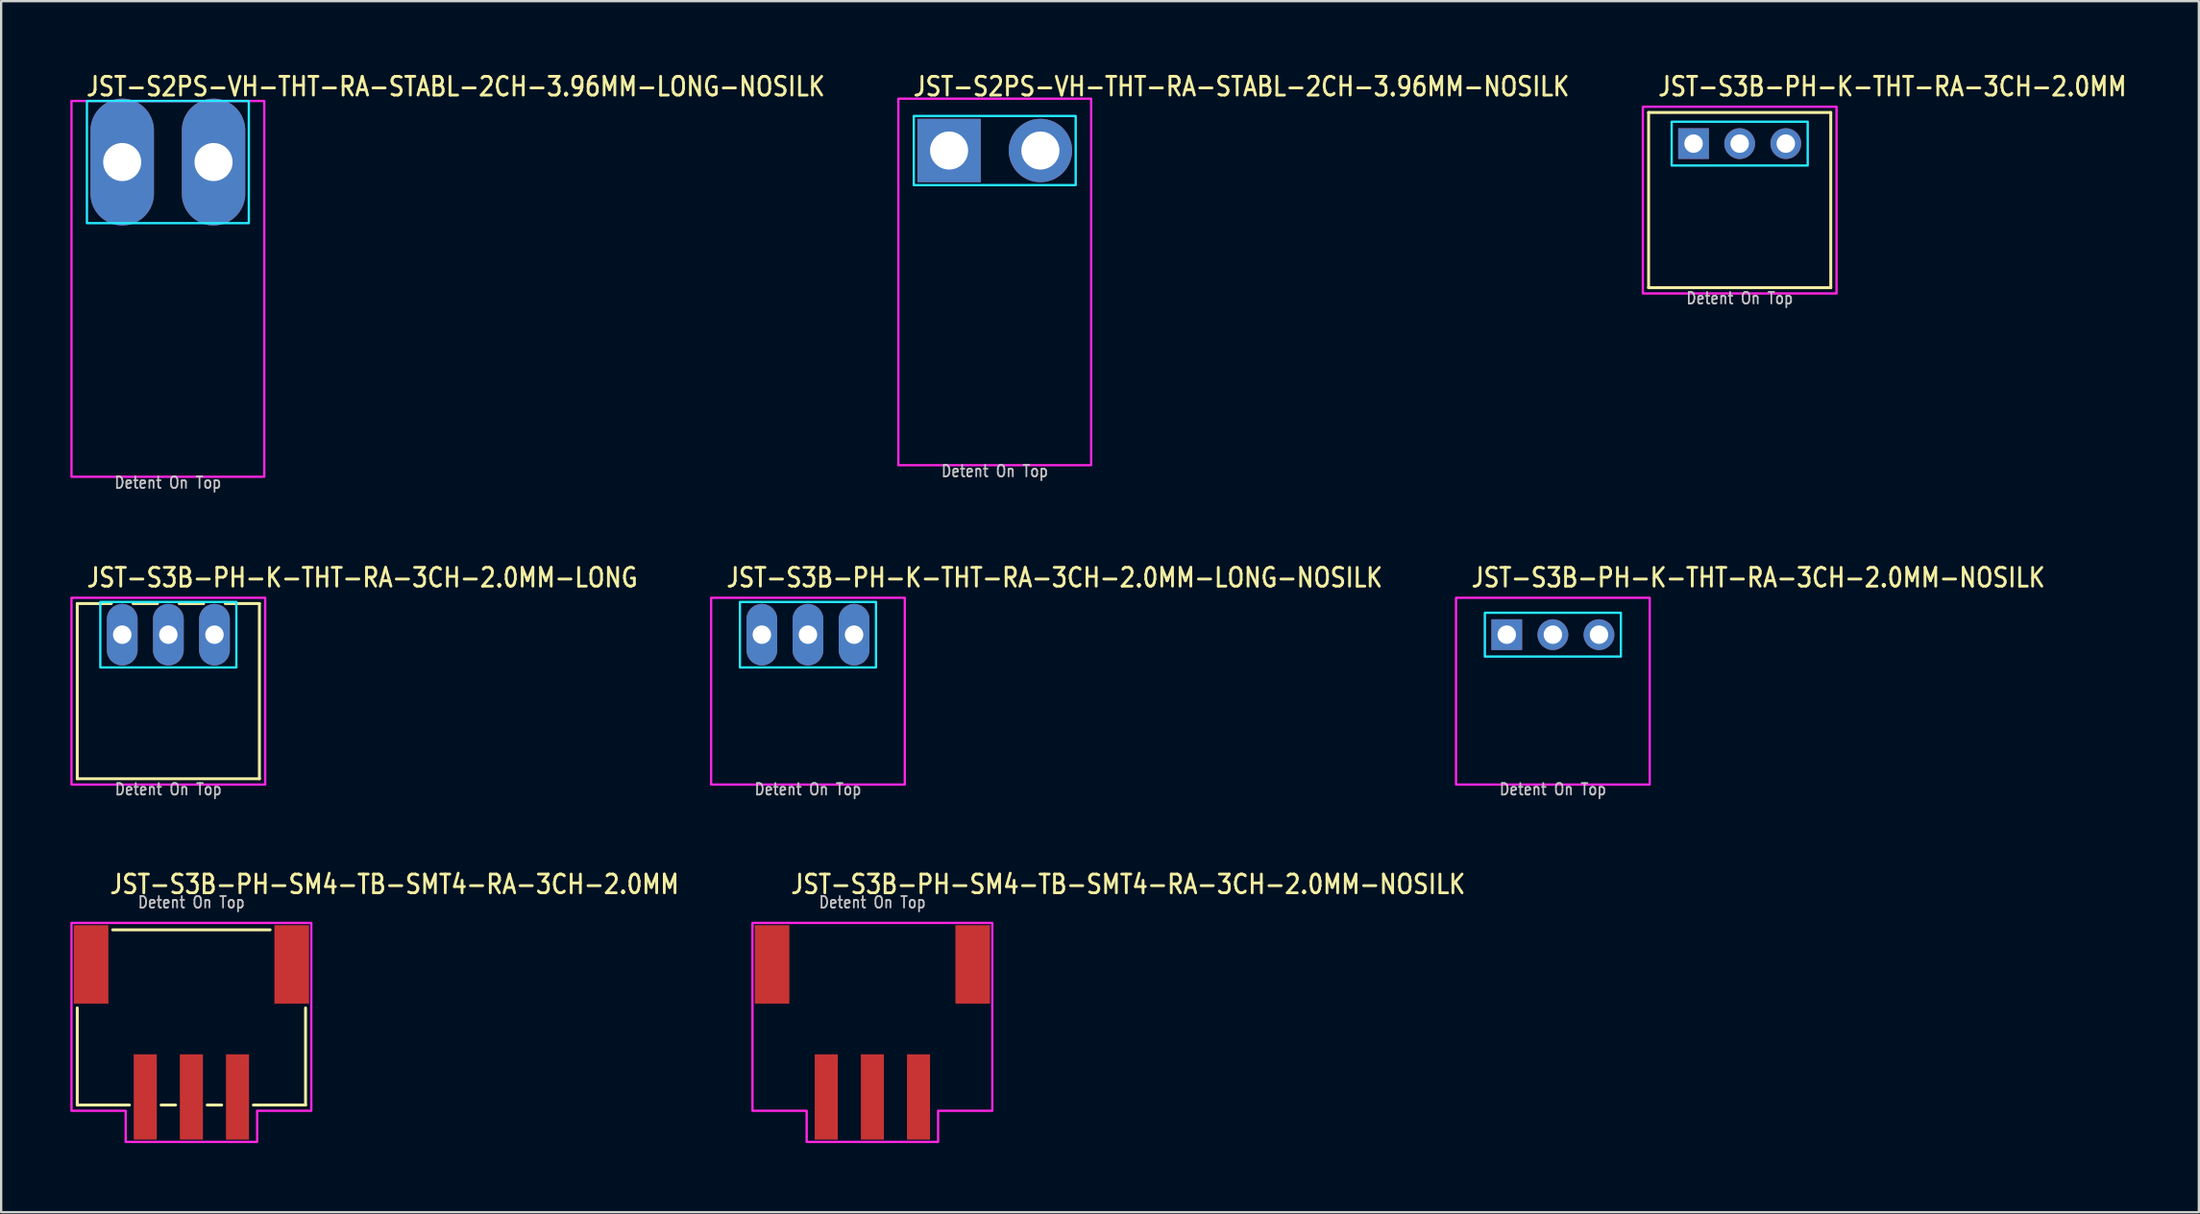
<source format=kicad_pcb>
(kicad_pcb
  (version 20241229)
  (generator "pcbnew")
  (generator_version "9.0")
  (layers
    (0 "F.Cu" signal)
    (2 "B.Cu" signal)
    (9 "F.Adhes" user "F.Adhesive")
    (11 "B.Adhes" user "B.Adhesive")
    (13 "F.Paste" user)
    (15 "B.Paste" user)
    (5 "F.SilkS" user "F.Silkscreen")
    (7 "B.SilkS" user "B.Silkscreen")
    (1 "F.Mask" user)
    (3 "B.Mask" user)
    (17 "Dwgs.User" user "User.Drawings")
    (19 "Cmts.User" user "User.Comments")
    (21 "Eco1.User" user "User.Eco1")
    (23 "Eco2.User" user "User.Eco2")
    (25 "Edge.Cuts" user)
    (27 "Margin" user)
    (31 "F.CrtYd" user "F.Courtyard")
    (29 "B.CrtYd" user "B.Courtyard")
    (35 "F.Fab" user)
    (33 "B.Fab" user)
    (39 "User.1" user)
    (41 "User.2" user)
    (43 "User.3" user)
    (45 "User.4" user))
  (footprint "JST-S3B-PH-K-THT-RA-3CH-2.0MM-NOSILK"
    (layer "F.Cu")
    (at 64.29 24.48)
    (property "Reference" "JST-S3B-PH-K-THT-RA-3CH-2.0MM-NOSILK" (at -3.6 -2 0) (unlocked yes) (layer "F.SilkS") (effects (font (size 0.813 0.695) (thickness 0.122)) (justify left bottom)))
    (fp_poly (pts (xy -2.95 -0.95) (xy -2.95 0.95) (xy 2.95 0.95) (xy 2.95 -0.95)) (stroke (width 0.1) (type solid)) (fill no) (layer "B.CrtYd"))
    (fp_poly (pts (xy -4.2 -1.6) (xy -4.2 6.5) (xy 4.2 6.5) (xy 4.2 -1.6)) (stroke (width 0.1) (type solid)) (fill no) (layer "F.CrtYd"))
    (fp_text user "Detent On Top" (at 0 7 0) (unlocked yes) (layer "Dwgs.User") (effects (font (size 0.5 0.427) (thickness 0.075)) (justify bottom)))
    (pad "1" thru_hole rect (at -2 0) (size 1.333 1.333) (drill 0.8) (layers "*.Cu" "*.Mask"))
    (pad "2" thru_hole oval (at 0 0) (size 1.333 1.333) (drill 0.8) (layers "*.Cu" "*.Mask"))
    (pad "3" thru_hole oval (at 2 0) (size 1.333 1.333) (drill 0.8) (layers "*.Cu" "*.Mask")))
  (footprint "JST-S2PS-VH-THT-RA-STABL-2CH-3.96MM-NOSILK"
    (layer "F.Cu")
    (at 40.087 3.479)
    (property "Reference" "JST-S2PS-VH-THT-RA-STABL-2CH-3.96MM-NOSILK" (at -3.6 -2.3 0) (unlocked yes) (layer "F.SilkS") (effects (font (size 0.813 0.695) (thickness 0.122)) (justify left bottom)))
    (fp_poly (pts (xy -3.51 -1.5) (xy -3.51 1.5) (xy 3.51 1.5) (xy 3.51 -1.5)) (stroke (width 0.1) (type solid)) (fill no) (layer "B.CrtYd"))
    (fp_poly (pts (xy -4.18 13.65) (xy 4.18 13.65) (xy 4.18 -2.25) (xy -4.18 -2.25)) (stroke (width 0.1) (type solid)) (fill no) (layer "F.CrtYd"))
    (fp_text user "Detent On Top" (at 0 14.2 0) (unlocked yes) (layer "Dwgs.User") (effects (font (size 0.5 0.427) (thickness 0.075)) (justify bottom)))
    (pad "1" thru_hole rect (at -1.98 0) (size 2.75 2.75) (drill 1.65) (layers "*.Cu" "*.Mask"))
    (pad "2" thru_hole oval (at 1.98 0) (size 2.75 2.75) (drill 1.65) (layers "*.Cu" "*.Mask")))
  (footprint "JST-S3B-PH-K-THT-RA-3CH-2.0MM"
    (layer "F.Cu")
    (at 72.391 3.179)
    (property "Reference" "JST-S3B-PH-K-THT-RA-3CH-2.0MM" (at -3.6 -2 0) (unlocked yes) (layer "F.SilkS") (effects (font (size 0.813 0.695) (thickness 0.122)) (justify left bottom)))
    (fp_line (start -3.95 -1.35) (end 3.95 -1.35) (stroke (width 0.127) (type solid)) (layer "F.SilkS"))
    (fp_line (start -3.95 6.25) (end -3.95 -1.35) (stroke (width 0.127) (type solid)) (layer "F.SilkS"))
    (fp_line (start -3.95 6.25) (end 3.95 6.25) (stroke (width 0.127) (type solid)) (layer "F.SilkS"))
    (fp_line (start 3.95 -1.35) (end 3.95 6.25) (stroke (width 0.127) (type solid)) (layer "F.SilkS"))
    (fp_poly (pts (xy -2.95 -0.95) (xy -2.95 0.95) (xy 2.95 0.95) (xy 2.95 -0.95)) (stroke (width 0.1) (type solid)) (fill no) (layer "B.CrtYd"))
    (fp_poly (pts (xy -4.2 -1.6) (xy -4.2 6.5) (xy 4.2 6.5) (xy 4.2 -1.6)) (stroke (width 0.1) (type solid)) (fill no) (layer "F.CrtYd"))
    (fp_text user "Detent On Top" (at 0 7 0) (unlocked yes) (layer "Dwgs.User") (effects (font (size 0.5 0.427) (thickness 0.075)) (justify bottom)))
    (pad "1" thru_hole rect (at -2 0) (size 1.333 1.333) (drill 0.8) (layers "*.Cu" "*.Mask"))
    (pad "2" thru_hole oval (at 0 0) (size 1.333 1.333) (drill 0.8) (layers "*.Cu" "*.Mask"))
    (pad "3" thru_hole oval (at 2 0) (size 1.333 1.333) (drill 0.8) (layers "*.Cu" "*.Mask")))
  (footprint "JST-S3B-PH-SM4-TB-SMT4-RA-3CH-2.0MM-NOSILK"
    (layer "F.Cu")
    (at 34.781 38.782)
    (property "Reference" "JST-S3B-PH-SM4-TB-SMT4-RA-3CH-2.0MM-NOSILK" (at -3.6 -3 0) (unlocked yes) (layer "F.SilkS") (effects (font (size 0.813 0.695) (thickness 0.122)) (justify left bottom)))
    (fp_poly (pts (xy -5.2 -1.8) (xy -5.2 6.35) (xy -2.85 6.35) (xy -2.85 7.7) (xy 2.85 7.7) (xy 2.85 6.35) (xy 5.2 6.35) (xy 5.2 -1.8)) (stroke (width 0.1) (type solid)) (fill no) (layer "F.CrtYd"))
    (fp_text user "Detent On Top" (at 0 -2.4 0) (unlocked yes) (layer "Dwgs.User") (effects (font (size 0.5 0.427) (thickness 0.075)) (justify bottom)))
    (pad "1" smd rect (at 2 5.75) (size 1 3.7) (layers "F.Cu" "F.Mask" "F.Paste"))
    (pad "2" smd rect (at 0 5.75) (size 1 3.7) (layers "F.Cu" "F.Mask" "F.Paste"))
    (pad "3" smd rect (at -2 5.75) (size 1 3.7) (layers "F.Cu" "F.Mask" "F.Paste"))
    (pad "S_1" smd rect (at -4.35 0) (size 1.5 3.4) (layers "F.Cu" "F.Mask" "F.Paste"))
    (pad "S_2" smd rect (at 4.35 0) (size 1.5 3.4) (layers "F.Cu" "F.Mask" "F.Paste")))
  (footprint "JST-S3B-PH-SM4-TB-SMT4-RA-3CH-2.0MM"
    (layer "F.Cu")
    (at 5.25 38.782)
    (property "Reference" "JST-S3B-PH-SM4-TB-SMT4-RA-3CH-2.0MM" (at -3.6 -3 0) (unlocked yes) (layer "F.SilkS") (effects (font (size 0.813 0.695) (thickness 0.122)) (justify left bottom)))
    (fp_line (start -4.95 6.1) (end -4.95 1.887) (stroke (width 0.127) (type solid)) (layer "F.SilkS"))
    (fp_line (start -4.95 6.1) (end -2.687 6.1) (stroke (width 0.127) (type solid)) (layer "F.SilkS"))
    (fp_line (start -3.413 -1.5) (end 3.413 -1.5) (stroke (width 0.127) (type solid)) (layer "F.SilkS"))
    (fp_line (start -1.313 6.1) (end -0.686 6.1) (stroke (width 0.127) (type solid)) (layer "F.SilkS"))
    (fp_line (start 0.686 6.1) (end 1.313 6.1) (stroke (width 0.127) (type solid)) (layer "F.SilkS"))
    (fp_line (start 2.687 6.1) (end 4.95 6.1) (stroke (width 0.127) (type solid)) (layer "F.SilkS"))
    (fp_line (start 4.95 1.887) (end 4.95 6.1) (stroke (width 0.127) (type solid)) (layer "F.SilkS"))
    (fp_poly (pts (xy -5.2 -1.8) (xy -5.2 6.35) (xy -2.85 6.35) (xy -2.85 7.7) (xy 2.85 7.7) (xy 2.85 6.35) (xy 5.2 6.35) (xy 5.2 -1.8)) (stroke (width 0.1) (type solid)) (fill no) (layer "F.CrtYd"))
    (fp_text user "Detent On Top" (at 0 -2.4 0) (unlocked yes) (layer "Dwgs.User") (effects (font (size 0.5 0.427) (thickness 0.075)) (justify bottom)))
    (pad "P$1" smd rect (at 2 5.75) (size 1 3.7) (layers "F.Cu" "F.Mask" "F.Paste"))
    (pad "P$2" smd rect (at 0 5.75) (size 1 3.7) (layers "F.Cu" "F.Mask" "F.Paste"))
    (pad "P$3" smd rect (at -2 5.75) (size 1 3.7) (layers "F.Cu" "F.Mask" "F.Paste"))
    (pad "S$1" smd rect (at -4.35 0) (size 1.5 3.4) (layers "F.Cu" "F.Mask" "F.Paste"))
    (pad "S$2" smd rect (at 4.35 0) (size 1.5 3.4) (layers "F.Cu" "F.Mask" "F.Paste")))
  (footprint "JST-S3B-PH-K-THT-RA-3CH-2.0MM-LONG-NOSILK"
    (layer "F.Cu")
    (at 31.987 24.48)
    (property "Reference" "JST-S3B-PH-K-THT-RA-3CH-2.0MM-LONG-NOSILK" (at -3.6 -2 0) (unlocked yes) (layer "F.SilkS") (effects (font (size 0.813 0.695) (thickness 0.122)) (justify left bottom)))
    (fp_poly (pts (xy -2.95 -1.42) (xy -2.95 1.42) (xy 2.95 1.42) (xy 2.95 -1.42)) (stroke (width 0.1) (type solid)) (fill no) (layer "B.CrtYd"))
    (fp_poly (pts (xy -4.2 -1.6) (xy -4.2 6.5) (xy 4.2 6.5) (xy 4.2 -1.6)) (stroke (width 0.1) (type solid)) (fill no) (layer "F.CrtYd"))
    (fp_text user "Detent On Top" (at 0 7 0) (unlocked yes) (layer "Dwgs.User") (effects (font (size 0.5 0.427) (thickness 0.075)) (justify bottom)))
    (pad "1" thru_hole oval (at -2 0 90) (size 2.667 1.333) (drill 0.8) (layers "*.Cu" "*.Mask"))
    (pad "2" thru_hole oval (at 0 0 90) (size 2.667 1.333) (drill 0.8) (layers "*.Cu" "*.Mask"))
    (pad "3" thru_hole oval (at 2 0 90) (size 2.667 1.333) (drill 0.8) (layers "*.Cu" "*.Mask")))
  (footprint "JST-S3B-PH-K-THT-RA-3CH-2.0MM-LONG"
    (layer "F.Cu")
    (at 4.25 24.48)
    (property "Reference" "JST-S3B-PH-K-THT-RA-3CH-2.0MM-LONG" (at -3.6 -2 0) (unlocked yes) (layer "F.SilkS") (effects (font (size 0.813 0.695) (thickness 0.122)) (justify left bottom)))
    (fp_line (start -3.95 -1.35) (end -2.471 -1.35) (stroke (width 0.127) (type solid)) (layer "F.SilkS"))
    (fp_line (start -3.95 6.25) (end -3.95 -1.35) (stroke (width 0.127) (type solid)) (layer "F.SilkS"))
    (fp_line (start -3.95 6.25) (end 3.95 6.25) (stroke (width 0.127) (type solid)) (layer "F.SilkS"))
    (fp_line (start -1.529 -1.35) (end -0.471 -1.35) (stroke (width 0.127) (type solid)) (layer "F.SilkS"))
    (fp_line (start 0.471 -1.35) (end 1.529 -1.35) (stroke (width 0.127) (type solid)) (layer "F.SilkS"))
    (fp_line (start 2.471 -1.35) (end 3.95 -1.35) (stroke (width 0.127) (type solid)) (layer "F.SilkS"))
    (fp_line (start 3.95 -1.35) (end 3.95 6.25) (stroke (width 0.127) (type solid)) (layer "F.SilkS"))
    (fp_poly (pts (xy -2.95 -1.42) (xy -2.95 1.42) (xy 2.95 1.42) (xy 2.95 -1.42)) (stroke (width 0.1) (type solid)) (fill no) (layer "B.CrtYd"))
    (fp_poly (pts (xy -4.2 -1.6) (xy -4.2 6.5) (xy 4.2 6.5) (xy 4.2 -1.6)) (stroke (width 0.1) (type solid)) (fill no) (layer "F.CrtYd"))
    (fp_text user "Detent On Top" (at 0 7 0) (unlocked yes) (layer "Dwgs.User") (effects (font (size 0.5 0.427) (thickness 0.075)) (justify bottom)))
    (pad "1" thru_hole oval (at -2 0 90) (size 2.667 1.333) (drill 0.8) (layers "*.Cu" "*.Mask"))
    (pad "2" thru_hole oval (at 0 0 90) (size 2.667 1.333) (drill 0.8) (layers "*.Cu" "*.Mask"))
    (pad "3" thru_hole oval (at 2 0 90) (size 2.667 1.333) (drill 0.8) (layers "*.Cu" "*.Mask")))
  (footprint "JST-S2PS-VH-THT-RA-STABL-2CH-3.96MM-LONG-NOSILK"
    (layer "F.Cu")
    (at 4.23 3.979)
    (property "Reference" "JST-S2PS-VH-THT-RA-STABL-2CH-3.96MM-LONG-NOSILK" (at -3.6 -2.8 0) (unlocked yes) (layer "F.SilkS") (effects (font (size 0.813 0.695) (thickness 0.122)) (justify left bottom)))
    (fp_poly (pts (xy -3.51 -2.65) (xy -3.51 2.65) (xy 3.51 2.65) (xy 3.51 -2.65)) (stroke (width 0.1) (type solid)) (fill no) (layer "B.CrtYd"))
    (fp_poly (pts (xy -4.18 -2.65) (xy -4.18 13.65) (xy 4.18 13.65) (xy 4.18 -2.65)) (stroke (width 0.1) (type solid)) (fill no) (layer "F.CrtYd"))
    (fp_text user "Detent On Top" (at 0 14.2 0) (unlocked yes) (layer "Dwgs.User") (effects (font (size 0.5 0.427) (thickness 0.075)) (justify bottom)))
    (pad "1" thru_hole oval (at -1.98 0 90) (size 5.5 2.75) (drill 1.65) (layers "*.Cu" "*.Mask"))
    (pad "2" thru_hole oval (at 1.98 0 90) (size 5.5 2.75) (drill 1.65) (layers "*.Cu" "*.Mask")))
  (gr_rect
    (start -3 -3)
    (end 92.303 49.532)
    (stroke (width 0.1) (type default))
    (fill no)
    (layer "Edge.Cuts")))
</source>
